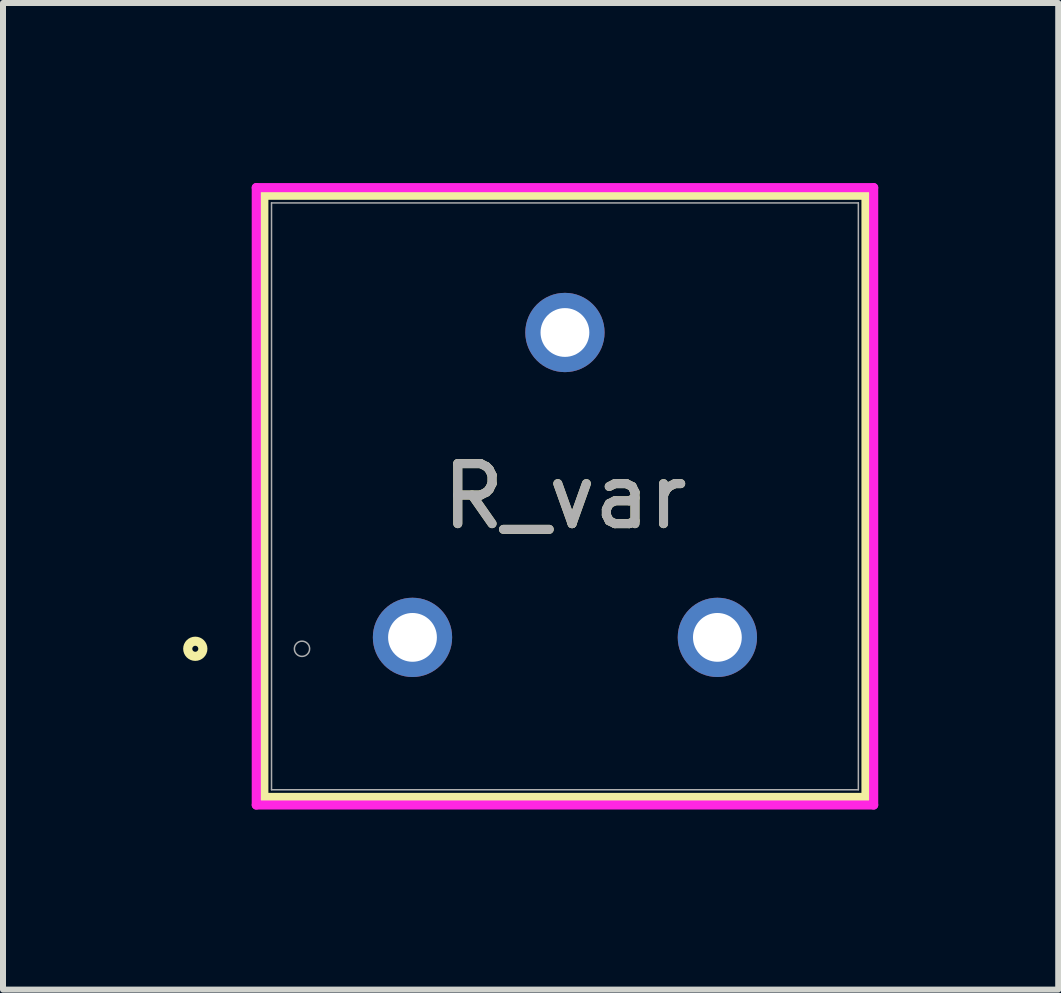
<source format=kicad_pcb>
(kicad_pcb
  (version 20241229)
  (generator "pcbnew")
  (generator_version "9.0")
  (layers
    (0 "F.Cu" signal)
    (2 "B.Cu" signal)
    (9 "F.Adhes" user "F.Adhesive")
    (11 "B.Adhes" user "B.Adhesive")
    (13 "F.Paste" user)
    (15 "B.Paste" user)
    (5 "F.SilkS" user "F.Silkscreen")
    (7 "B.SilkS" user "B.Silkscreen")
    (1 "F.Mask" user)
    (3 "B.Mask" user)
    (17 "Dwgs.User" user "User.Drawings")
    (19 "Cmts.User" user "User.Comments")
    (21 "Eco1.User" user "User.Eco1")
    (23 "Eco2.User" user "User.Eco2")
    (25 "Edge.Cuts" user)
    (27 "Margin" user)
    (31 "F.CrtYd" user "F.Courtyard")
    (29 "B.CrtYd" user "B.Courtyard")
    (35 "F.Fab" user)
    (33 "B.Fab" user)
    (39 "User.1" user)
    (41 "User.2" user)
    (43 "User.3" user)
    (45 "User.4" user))
  (footprint "R_var"
    (layer "F.Cu")
    (at 3.823 7.57)
    (property "Reference" "R_var" (at 2.54 -2.35 0) (unlocked yes) (layer "F.SilkS") (effects (font (size 1 1) (thickness 0.15))))
    (attr through_hole)
    (fp_line (start -2.477 -7.367) (end 7.556 -7.367) (stroke (width 0.152) (type solid)) (layer "F.SilkS"))
    (fp_line (start -2.477 2.667) (end -2.477 -7.367) (stroke (width 0.152) (type solid)) (layer "F.SilkS"))
    (fp_line (start 7.556 -7.367) (end 7.556 2.667) (stroke (width 0.152) (type solid)) (layer "F.SilkS"))
    (fp_line (start 7.556 2.667) (end -2.477 2.667) (stroke (width 0.152) (type solid)) (layer "F.SilkS"))
    (fp_circle (center -3.619 0.19) (end -3.493 0.19) (stroke (width 0.152) (type solid)) (fill no) (layer "F.SilkS"))
    (fp_line (start -2.603 -7.494) (end 7.684 -7.494) (stroke (width 0.152) (type solid)) (layer "F.CrtYd"))
    (fp_line (start -2.603 2.793) (end -2.603 -7.494) (stroke (width 0.152) (type solid)) (layer "F.CrtYd"))
    (fp_line (start 7.684 -7.494) (end 7.684 2.793) (stroke (width 0.152) (type solid)) (layer "F.CrtYd"))
    (fp_line (start 7.684 2.793) (end -2.603 2.793) (stroke (width 0.152) (type solid)) (layer "F.CrtYd"))
    (fp_line (start -2.349 -7.239) (end 7.429 -7.239) (stroke (width 0.025) (type solid)) (layer "F.Fab"))
    (fp_line (start -2.349 2.539) (end -2.349 -7.239) (stroke (width 0.025) (type solid)) (layer "F.Fab"))
    (fp_line (start 7.429 -7.239) (end 7.429 2.539) (stroke (width 0.025) (type solid)) (layer "F.Fab"))
    (fp_line (start 7.429 2.539) (end -2.349 2.539) (stroke (width 0.025) (type solid)) (layer "F.Fab"))
    (fp_circle (center -1.841 0.19) (end -1.714 0.19) (stroke (width 0.025) (type solid)) (fill no) (layer "F.Fab"))
    (fp_text user "${REFERENCE}" (at 2.54 -2.35 0) (unlocked yes) (layer "F.Fab") (effects (font (size 1 1) (thickness 0.15))))
    (pad "1" thru_hole circle (at 5.08 0) (size 1.321 1.321) (drill 0.813) (layers "*.Cu" "*.Mask"))
    (pad "2" thru_hole circle (at 2.54 -5.08) (size 1.321 1.321) (drill 0.813) (layers "*.Cu" "*.Mask"))
    (pad "3" thru_hole circle (at 0 0) (size 1.321 1.321) (drill 0.813) (layers "*.Cu" "*.Mask")))
  (gr_rect
    (start -3 -3)
    (end 14.582 13.439)
    (stroke (width 0.1) (type default))
    (fill no)
    (layer "Edge.Cuts")))
</source>
